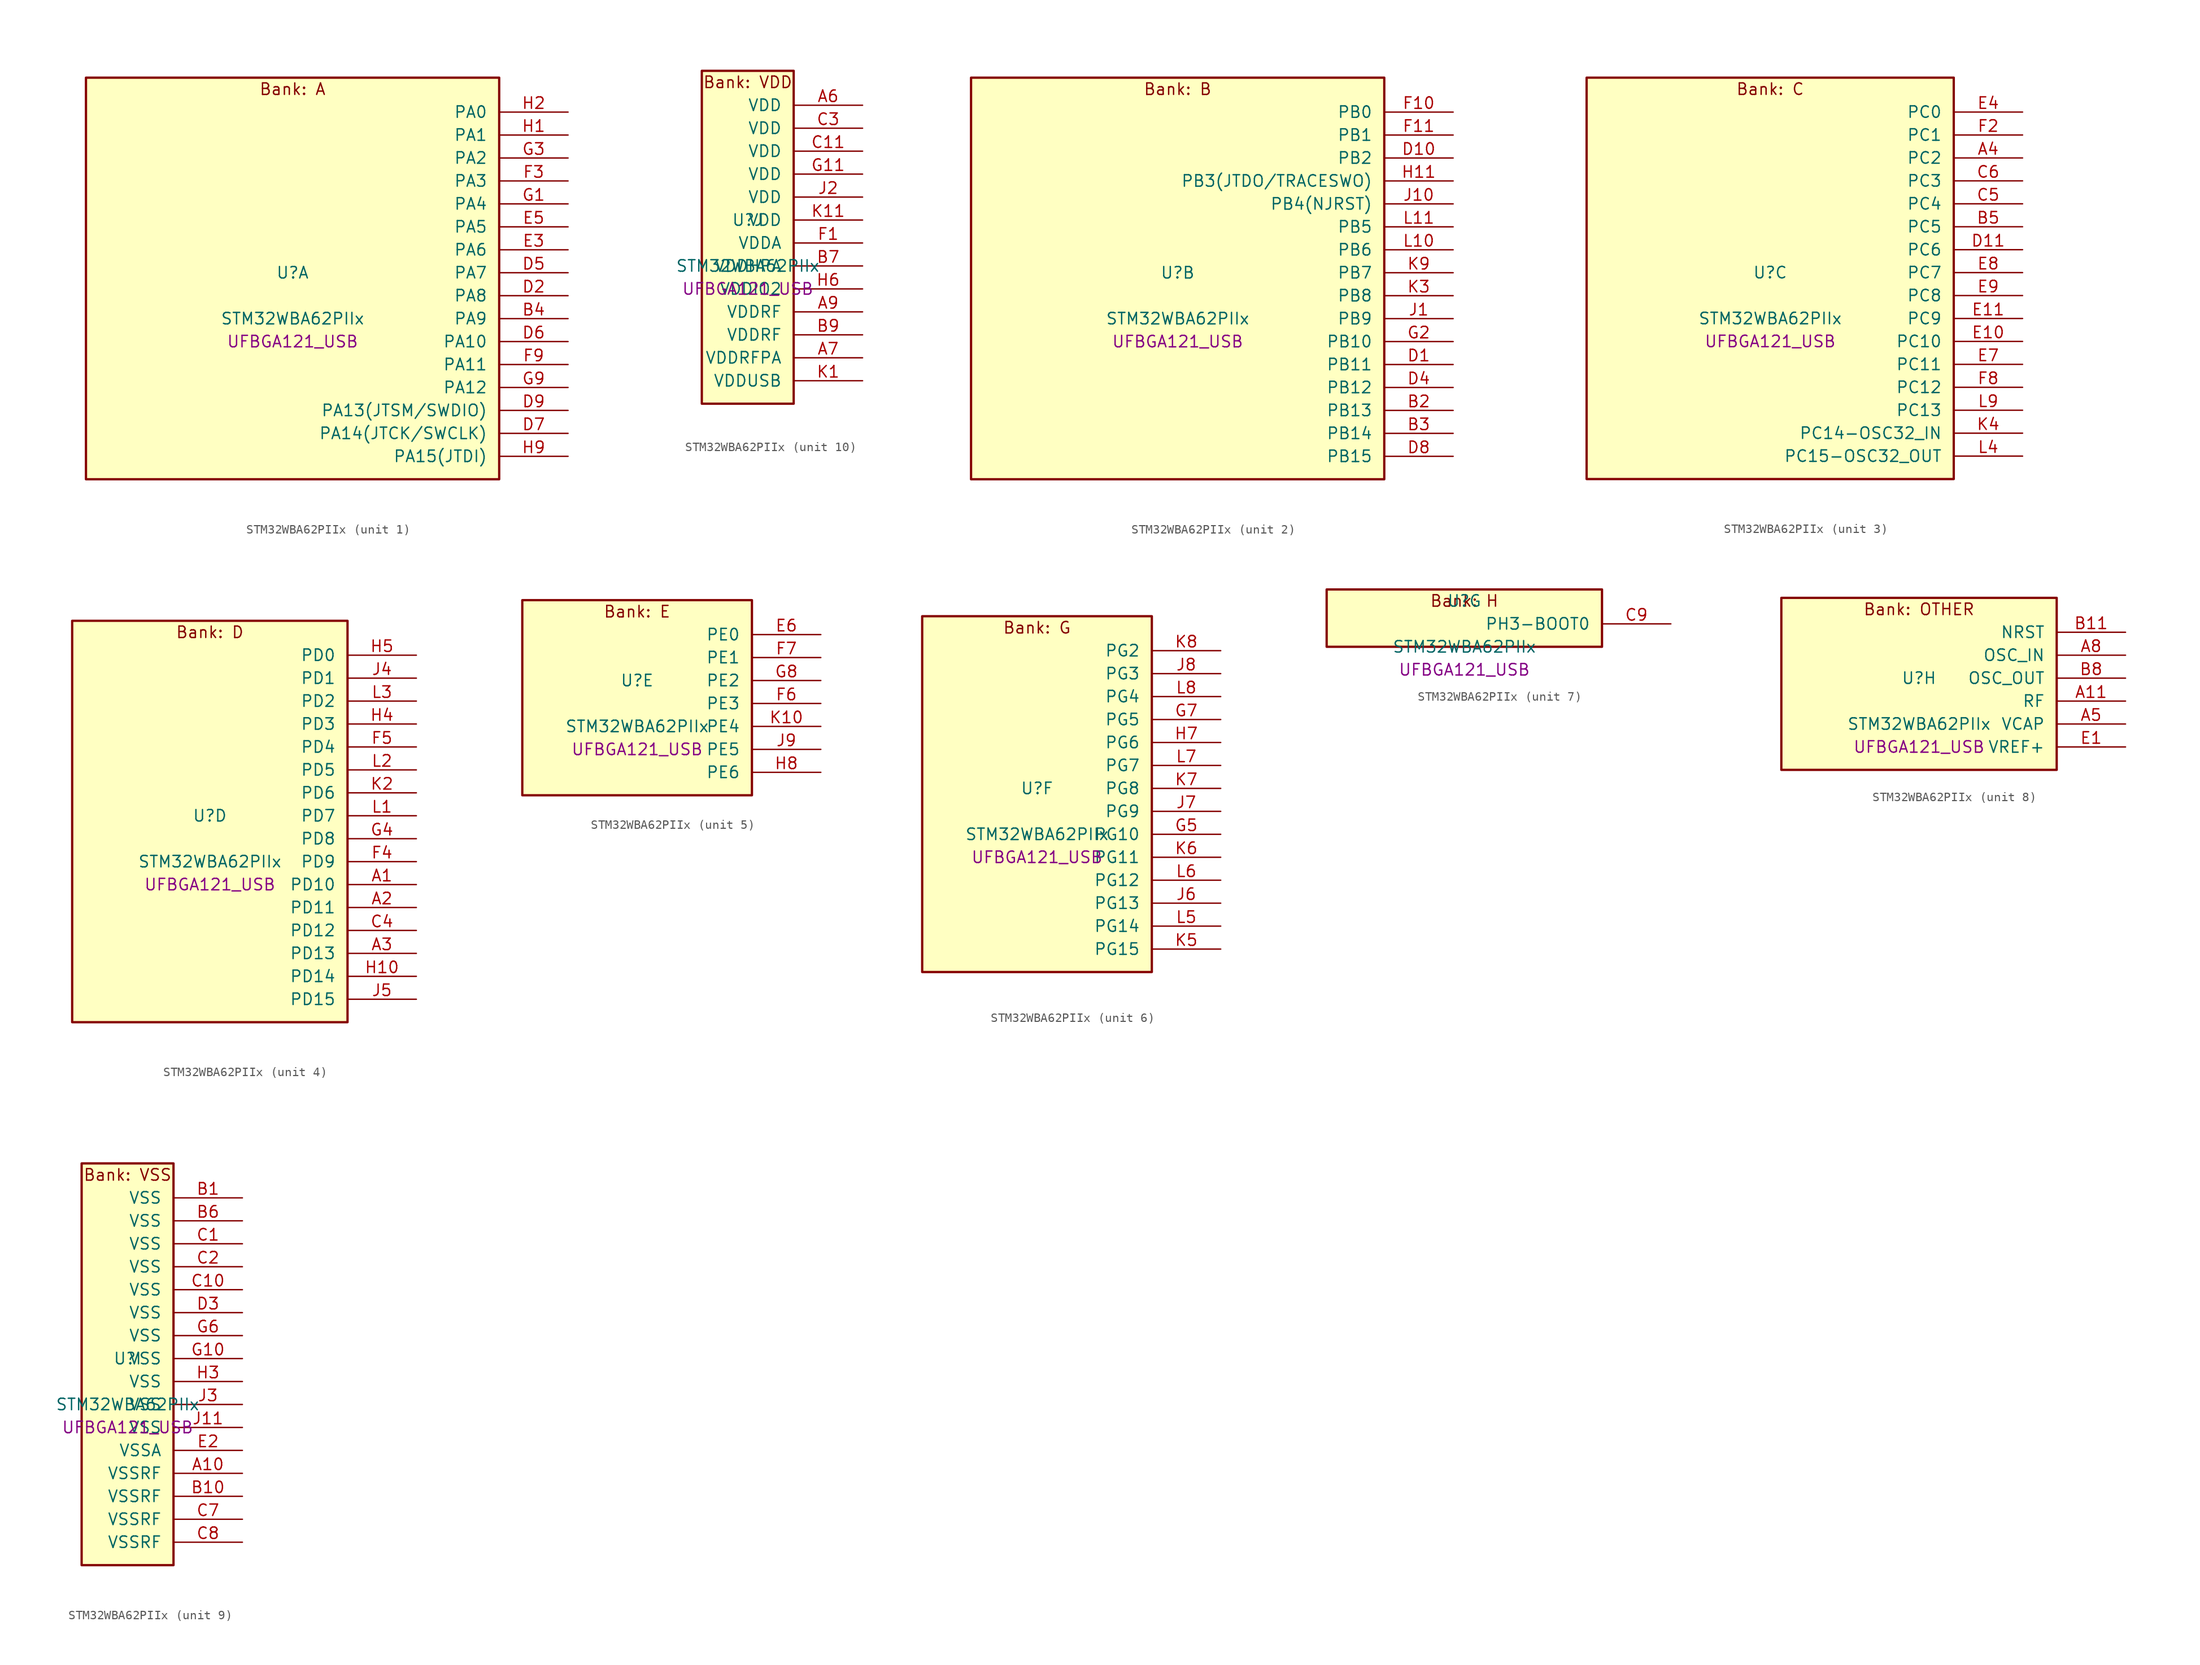
<source format=kicad_sym>
(kicad_symbol_lib
  (version 20241209)
  (generator "stm32_pkl_generator")
  (generator_version "1.0")
  (symbol "STM32WBA62PIIx"
    (pin_names
      (offset 1.27))
    (property "Reference" "U"
      (at 0 2.54 0))
    (property "Value" "STM32WBA62PIIx"
      (at 0 -2.54 0))
    (property "Footprint" "UFBGA121_USB"
      (at 0 -5.08 0))
    (symbol "STM32WBA62PIIx_1_1"
      (rectangle (start -22.86 24.13) (end 22.86 -20.32) (stroke (width 0.254) (type solid)) (fill (type background)))
      (text "Bank: A" (at 0 22.86 0))
      (pin bidirectional line (at 30.48 20.32 180) (length 7.62) (name "PA0") (number "H2") (alternate "PA0/ADC4_IN9" bidirectional line) (alternate "PA0/COMP2_INP" bidirectional line) (alternate "PA0/LPTIM1_IN1" bidirectional line) (alternate "PA0/LPUART1_CTS" bidirectional line) (alternate "PA0/PWR_WKUP1" bidirectional line) (alternate "PA0/SPI3_SCK" bidirectional line) (alternate "PA0/TIM1_CH2N" bidirectional line) (alternate "PA0/TIM3_CH3" bidirectional line) (alternate "PA0/TIM3_ETR" bidirectional line) (alternate "PA0/TSC_G2_IO2" bidirectional line))
      (pin bidirectional line (at 30.48 17.78 180) (length 7.62) (name "PA1") (number "H1") (alternate "PA1/ADC4_IN8" bidirectional line) (alternate "PA1/COMP1_INM" bidirectional line) (alternate "PA1/LPTIM2_CH2" bidirectional line) (alternate "PA1/LPUART1_RX" bidirectional line) (alternate "PA1/PWR_WKUP3" bidirectional line) (alternate "PA1/SAI1_CK1" bidirectional line) (alternate "PA1/SPI1_RDY" bidirectional line) (alternate "PA1/SPI3_MISO" bidirectional line) (alternate "PA1/TIM17_CH1" bidirectional line) (alternate "PA1/TIM1_CH1N" bidirectional line) (alternate "PA1/TIM3_CH2" bidirectional line) (alternate "PA1/TSC_G2_IO1" bidirectional line) (alternate "PA1/USART1_CK" bidirectional line))
      (pin bidirectional line (at 30.48 15.24 180) (length 7.62) (name "PA2") (number "G3") (alternate "PA2/ADC4_IN7" bidirectional line) (alternate "PA2/COMP1_INP" bidirectional line) (alternate "PA2/LPUART1_TX" bidirectional line) (alternate "PA2/PWR_WKUP4" bidirectional line) (alternate "PA2/RCC_LSCO" bidirectional line) (alternate "PA2/SAI1_D1" bidirectional line) (alternate "PA2/TIM16_CH1" bidirectional line) (alternate "PA2/TIM1_BKIN" bidirectional line) (alternate "PA2/TIM3_CH1" bidirectional line) (alternate "PA2/TSC_G4_IO4" bidirectional line) (alternate "PA2/USART1_DE" bidirectional line) (alternate "PA2/USART1_RTS" bidirectional line))
      (pin bidirectional line (at 30.48 12.7 180) (length 7.62) (name "PA3") (number "F3") (alternate "PA3/ADC4_IN6" bidirectional line) (alternate "PA3/PWR_WKUP5" bidirectional line) (alternate "PA3/TIM16_CH1N" bidirectional line) (alternate "PA3/TSC_G4_IO2" bidirectional line) (alternate "PA3/USART1_DE" bidirectional line) (alternate "PA3/USART1_RTS" bidirectional line))
      (pin bidirectional line (at 30.48 10.16 180) (length 7.62) (name "PA4") (number "G1") (alternate "PA4/ADC4_IN5" bidirectional line) (alternate "PA4/AUDIOCLK" bidirectional line) (alternate "PA4/PWR_WKUP2" bidirectional line) (alternate "PA4/TAMP_IN6" bidirectional line) (alternate "PA4/TAMP_OUT3" bidirectional line) (alternate "PA4/TIM16_CH1" bidirectional line) (alternate "PA4/TSC_G4_IO1" bidirectional line) (alternate "PA4/USART1_CTS" bidirectional line))
      (pin bidirectional line (at 30.48 7.62 180) (length 7.62) (name "PA5") (number "E5") (alternate "PA5/ADC4_IN4" bidirectional line) (alternate "PA5/AUDIOCLK" bidirectional line) (alternate "PA5/LPTIM2_ETR" bidirectional line) (alternate "PA5/PWR_CSLEEP" bidirectional line) (alternate "PA5/PWR_WKUP6" bidirectional line) (alternate "PA5/SAI1_D2" bidirectional line) (alternate "PA5/SPI3_NSS" bidirectional line) (alternate "PA5/TIM2_CH1" bidirectional line) (alternate "PA5/TIM2_ETR" bidirectional line) (alternate "PA5/TSC_G1_IO4" bidirectional line) (alternate "PA5/USART1_CK" bidirectional line) (alternate "PA5/USART3_RX" bidirectional line))
      (pin bidirectional line (at 30.48 5.08 180) (length 7.62) (name "PA6") (number "E3") (alternate "PA6/ADC4_IN3" bidirectional line) (alternate "PA6/I2C3_SCL" bidirectional line) (alternate "PA6/PWR_CSTOP" bidirectional line) (alternate "PA6/PWR_WKUP7" bidirectional line) (alternate "PA6/SAI1_CK2" bidirectional line) (alternate "PA6/SAI1_MCLK_A" bidirectional line) (alternate "PA6/SPI3_RDY" bidirectional line) (alternate "PA6/TIM2_CH4" bidirectional line) (alternate "PA6/TSC_G1_IO3" bidirectional line) (alternate "PA6/USART1_DE" bidirectional line) (alternate "PA6/USART1_RTS" bidirectional line) (alternate "PA6/USART3_CTS" bidirectional line))
      (pin bidirectional line (at 30.48 2.54 180) (length 7.62) (name "PA7") (number "D5") (alternate "PA7/ADC4_IN2" bidirectional line) (alternate "PA7/COMP1_OUT" bidirectional line) (alternate "PA7/I2C3_SDA" bidirectional line) (alternate "PA7/PWR_WKUP8" bidirectional line) (alternate "PA7/SAI1_SCK_A" bidirectional line) (alternate "PA7/SPI3_SCK" bidirectional line) (alternate "PA7/TAMP_IN1" bidirectional line) (alternate "PA7/TAMP_OUT2" bidirectional line) (alternate "PA7/TIM2_CH3" bidirectional line) (alternate "PA7/TSC_G1_IO2" bidirectional line) (alternate "PA7/USART1_CTS" bidirectional line) (alternate "PA7/USART3_TX" bidirectional line))
      (pin bidirectional line (at 30.48 0 180) (length 7.62) (name "PA8") (number "D2") (alternate "PA8/ADC4_IN1" bidirectional line) (alternate "PA8/LPTIM1_CH2" bidirectional line) (alternate "PA8/RCC_MCO" bidirectional line) (alternate "PA8/SAI1_FS_A" bidirectional line) (alternate "PA8/SPI3_RDY" bidirectional line) (alternate "PA8/TIM2_CH2" bidirectional line) (alternate "PA8/TSC_G1_IO1" bidirectional line) (alternate "PA8/USART1_RX" bidirectional line) (alternate "PA8/USB_OTG_HS_SOF" bidirectional line))
      (pin bidirectional line (at 30.48 -2.54 180) (length 7.62) (name "PA9") (number "B4") (alternate "PA9/LPUART1_DE" bidirectional line) (alternate "PA9/LPUART1_RTS" bidirectional line) (alternate "PA9/SAI1_CK1" bidirectional line) (alternate "PA9/SPI2_MISO" bidirectional line) (alternate "PA9/SPI2_SCK" bidirectional line) (alternate "PA9/TIM3_CH2" bidirectional line))
      (pin bidirectional line (at 30.48 -5.08 180) (length 7.62) (name "PA10") (number "D6") (alternate "PA10/LPUART1_RX" bidirectional line) (alternate "PA10/SAI1_D1" bidirectional line) (alternate "PA10/SPI2_NSS" bidirectional line) (alternate "PA10/TIM3_CH1" bidirectional line))
      (pin bidirectional line (at 30.48 -7.62 180) (length 7.62) (name "PA11") (number "F9") (alternate "PA11/LPTIM2_CH1" bidirectional line) (alternate "PA11/RF_ANTSW1" bidirectional line) (alternate "PA11/TIM1_CH1" bidirectional line) (alternate "PA11/USART2_RX" bidirectional line))
      (pin bidirectional line (at 30.48 -10.16 180) (length 7.62) (name "PA12") (number "G9") (alternate "PA12/COMP2_OUT" bidirectional line) (alternate "PA12/PTA_STATUS" bidirectional line) (alternate "PA12/PWR_WKUP6" bidirectional line) (alternate "PA12/RF_ANTSW0" bidirectional line) (alternate "PA12/SPI1_NSS" bidirectional line) (alternate "PA12/TIM1_CH2" bidirectional line) (alternate "PA12/TSC_G3_IO4" bidirectional line) (alternate "PA12/USART2_TX" bidirectional line))
      (pin bidirectional line (at 30.48 -12.7 180) (length 7.62) (name "PA13(JTSM/SWDIO)") (number "D9") (alternate "PA13(JTSM/SWDIO)/DEBUG_JTMS-SWDIO" bidirectional line) (alternate "PA13(JTSM/SWDIO)/IR_OUT" bidirectional line) (alternate "PA13(JTSM/SWDIO)/PTA_PRIORITY" bidirectional line))
      (pin bidirectional line (at 30.48 -15.24 180) (length 7.62) (name "PA14(JTCK/SWCLK)") (number "D7") (alternate "PA14(JTCK/SWCLK)/COMP2_OUT" bidirectional line) (alternate "PA14(JTCK/SWCLK)/DEBUG_JTCK-SWCLK" bidirectional line) (alternate "PA14(JTCK/SWCLK)/I2C4_SMBA" bidirectional line) (alternate "PA14(JTCK/SWCLK)/PTA_STATUS" bidirectional line) (alternate "PA14(JTCK/SWCLK)/TAMP_IN3" bidirectional line) (alternate "PA14(JTCK/SWCLK)/TAMP_OUT6" bidirectional line) (alternate "PA14(JTCK/SWCLK)/USART2_TX" bidirectional line) (alternate "PA14(JTCK/SWCLK)/USB_OTG_HS_SOF" bidirectional line))
      (pin bidirectional line (at 30.48 -17.78 180) (length 7.62) (name "PA15(JTDI)") (number "H9") (alternate "PA15(JTDI)/ADC4_EXTI15" bidirectional line) (alternate "PA15(JTDI)/DEBUG_JTDI" bidirectional line) (alternate "PA15(JTDI)/I2C1_SCL" bidirectional line) (alternate "PA15(JTDI)/LPTIM1_CH2" bidirectional line) (alternate "PA15(JTDI)/PTA_STATUS" bidirectional line) (alternate "PA15(JTDI)/SPI1_MOSI" bidirectional line) (alternate "PA15(JTDI)/TIM17_BKIN" bidirectional line) (alternate "PA15(JTDI)/TIM1_ETR" bidirectional line) (alternate "PA15(JTDI)/TSC_G3_IO3" bidirectional line) (alternate "PA15(JTDI)/USART2_DE" bidirectional line) (alternate "PA15(JTDI)/USART2_RTS" bidirectional line) (alternate "PA15(JTDI)/USART3_DE" bidirectional line) (alternate "PA15(JTDI)/USART3_RTS" bidirectional line)))
    (symbol "STM32WBA62PIIx_2_1"
      (rectangle (start -22.86 24.13) (end 22.86 -20.32) (stroke (width 0.254) (type solid)) (fill (type background)))
      (text "Bank: B" (at 0 22.86 0))
      (pin bidirectional line (at 30.48 20.32 180) (length 7.62) (name "PB0") (number "F10") (alternate "PB0/LPTIM2_IN2" bidirectional line) (alternate "PB0/SPI2_MOSI" bidirectional line) (alternate "PB0/TIM1_CH3N" bidirectional line) (alternate "PB0/USART2_TX" bidirectional line) (alternate "PB0/USART3_CK" bidirectional line))
      (pin bidirectional line (at 30.48 17.78 180) (length 7.62) (name "PB1") (number "F11") (alternate "PB1/I2C1_SDA" bidirectional line) (alternate "PB1/I2C3_SDA" bidirectional line) (alternate "PB1/PWR_WKUP4" bidirectional line) (alternate "PB1/TIM1_CH2N" bidirectional line) (alternate "PB1/USART2_DE" bidirectional line) (alternate "PB1/USART2_RTS" bidirectional line) (alternate "PB1/USART3_DE" bidirectional line) (alternate "PB1/USART3_RTS" bidirectional line))
      (pin bidirectional line (at 30.48 15.24 180) (length 7.62) (name "PB2") (number "D10") (alternate "PB2/I2C1_SCL" bidirectional line) (alternate "PB2/I2C3_SCL" bidirectional line) (alternate "PB2/PWR_WKUP1" bidirectional line) (alternate "PB2/RF_ANTSW2" bidirectional line) (alternate "PB2/RTC_OUT2" bidirectional line) (alternate "PB2/TIM1_CH1N" bidirectional line) (alternate "PB2/USART2_CTS" bidirectional line))
      (pin bidirectional line (at 30.48 12.7 180) (length 7.62) (name "PB3(JTDO/TRACESWO)") (number "H11") (alternate "PB3(JTDO/TRACESWO)/DEBUG_JTDO-SWO" bidirectional line) (alternate "PB3(JTDO/TRACESWO)/I2C1_SDA" bidirectional line) (alternate "PB3(JTDO/TRACESWO)/LPTIM1_IN2" bidirectional line) (alternate "PB3(JTDO/TRACESWO)/PTA_ACTIVE" bidirectional line) (alternate "PB3(JTDO/TRACESWO)/SPI1_MISO" bidirectional line) (alternate "PB3(JTDO/TRACESWO)/TIM17_CH1N" bidirectional line) (alternate "PB3(JTDO/TRACESWO)/TIM1_CH4" bidirectional line) (alternate "PB3(JTDO/TRACESWO)/TSC_G3_IO2" bidirectional line) (alternate "PB3(JTDO/TRACESWO)/USART2_CK" bidirectional line))
      (pin bidirectional line (at 30.48 10.16 180) (length 7.62) (name "PB4(NJRST)") (number "J10") (alternate "PB4(NJRST)/DEBUG_NJTRST" bidirectional line) (alternate "PB4(NJRST)/LPTIM2_IN2" bidirectional line) (alternate "PB4(NJRST)/PTA_ACTIVE" bidirectional line) (alternate "PB4(NJRST)/PTA_PRIORITY" bidirectional line) (alternate "PB4(NJRST)/SAI1_MCLK_B" bidirectional line) (alternate "PB4(NJRST)/SPI1_SCK" bidirectional line) (alternate "PB4(NJRST)/TIM17_CH1" bidirectional line) (alternate "PB4(NJRST)/TIM1_CH3" bidirectional line) (alternate "PB4(NJRST)/TSC_G3_IO1" bidirectional line) (alternate "PB4(NJRST)/USART2_RX" bidirectional line))
      (pin bidirectional line (at 30.48 7.62 180) (length 7.62) (name "PB5") (number "L11") (alternate "PB5/LPUART1_TX" bidirectional line) (alternate "PB5/SAI1_D2" bidirectional line) (alternate "PB5/SAI1_FS_B" bidirectional line) (alternate "PB5/TIM3_CH1" bidirectional line) (alternate "PB5/TSC_G5_IO4" bidirectional line))
      (pin bidirectional line (at 30.48 5.08 180) (length 7.62) (name "PB6") (number "L10") (alternate "PB6/PWR_WKUP3" bidirectional line) (alternate "PB6/SAI1_SCK_B" bidirectional line) (alternate "PB6/TIM2_CH1" bidirectional line) (alternate "PB6/TIM2_ETR" bidirectional line) (alternate "PB6/TIM4_CH1" bidirectional line) (alternate "PB6/TSC_G5_IO3" bidirectional line))
      (pin bidirectional line (at 30.48 2.54 180) (length 7.62) (name "PB7") (number "K9") (alternate "PB7/PWR_WKUP5" bidirectional line) (alternate "PB7/SAI1_SD_B" bidirectional line) (alternate "PB7/TAMP_IN5" bidirectional line) (alternate "PB7/TAMP_OUT4" bidirectional line) (alternate "PB7/TIM1_CH4N" bidirectional line) (alternate "PB7/TIM4_CH2" bidirectional line) (alternate "PB7/TSC_G5_IO2" bidirectional line))
      (pin bidirectional line (at 30.48 0 180) (length 7.62) (name "PB8") (number "K3") (alternate "PB8/COMP1_OUT" bidirectional line) (alternate "PB8/LPTIM1_ETR" bidirectional line) (alternate "PB8/PWR_PVD_IN" bidirectional line) (alternate "PB8/SPI3_MOSI" bidirectional line) (alternate "PB8/TIM16_CH1N" bidirectional line) (alternate "PB8/TIM1_CH1" bidirectional line) (alternate "PB8/TIM3_ETR" bidirectional line) (alternate "PB8/TIM4_CH3" bidirectional line) (alternate "PB8/TSC_G2_IO4" bidirectional line) (alternate "PB8/USART2_RX" bidirectional line))
      (pin bidirectional line (at 30.48 -2.54 180) (length 7.62) (name "PB9") (number "J1") (alternate "PB9/ADC4_IN10" bidirectional line) (alternate "PB9/COMP2_INM" bidirectional line) (alternate "PB9/IR_OUT" bidirectional line) (alternate "PB9/LPTIM2_IN1" bidirectional line) (alternate "PB9/LPUART1_DE" bidirectional line) (alternate "PB9/LPUART1_RTS" bidirectional line) (alternate "PB9/PWR_WKUP8" bidirectional line) (alternate "PB9/SPI2_NSS" bidirectional line) (alternate "PB9/SPI3_MISO" bidirectional line) (alternate "PB9/TIM16_CH1" bidirectional line) (alternate "PB9/TIM1_CH3N" bidirectional line) (alternate "PB9/TIM3_CH4" bidirectional line) (alternate "PB9/TIM4_CH4" bidirectional line) (alternate "PB9/TSC_G2_IO3" bidirectional line))
      (pin bidirectional line (at 30.48 -5.08 180) (length 7.62) (name "PB10") (number "G2") (alternate "PB10/I2C2_SCL" bidirectional line) (alternate "PB10/I2C4_SCL" bidirectional line) (alternate "PB10/SPI2_SCK" bidirectional line) (alternate "PB10/TIM16_BKIN" bidirectional line) (alternate "PB10/TSC_G4_IO3" bidirectional line) (alternate "PB10/USART1_CK" bidirectional line) (alternate "PB10/USART3_TX" bidirectional line))
      (pin bidirectional line (at 30.48 -7.62 180) (length 7.62) (name "PB11") (number "D1") (alternate "PB11/I2C2_SDA" bidirectional line) (alternate "PB11/I2C4_SDA" bidirectional line) (alternate "PB11/LPTIM1_CH1" bidirectional line) (alternate "PB11/LPTIM1_ETR" bidirectional line) (alternate "PB11/LPUART1_TX" bidirectional line) (alternate "PB11/SPI2_RDY" bidirectional line) (alternate "PB11/USART3_RX" bidirectional line))
      (pin bidirectional line (at 30.48 -10.16 180) (length 7.62) (name "PB12") (number "D4") (alternate "PB12/I2C2_SMBA" bidirectional line) (alternate "PB12/SAI1_SD_A" bidirectional line) (alternate "PB12/SPI1_RDY" bidirectional line) (alternate "PB12/SPI2_NSS" bidirectional line) (alternate "PB12/TIM2_CH1" bidirectional line) (alternate "PB12/TIM2_ETR" bidirectional line) (alternate "PB12/TIM3_ETR" bidirectional line) (alternate "PB12/TSC_SYNC" bidirectional line) (alternate "PB12/USART1_TX" bidirectional line) (alternate "PB12/USART3_CK" bidirectional line))
      (pin bidirectional line (at 30.48 -12.7 180) (length 7.62) (name "PB13") (number "B2") (alternate "PB13/I2C2_SCL" bidirectional line) (alternate "PB13/SPI2_SCK" bidirectional line) (alternate "PB13/TIM3_CH4" bidirectional line) (alternate "PB13/TSC_G6_IO2" bidirectional line) (alternate "PB13/USART3_CTS" bidirectional line))
      (pin bidirectional line (at 30.48 -15.24 180) (length 7.62) (name "PB14") (number "B3") (alternate "PB14/I2C2_SDA" bidirectional line) (alternate "PB14/PWR_WKUP7" bidirectional line) (alternate "PB14/RTC_REFIN" bidirectional line) (alternate "PB14/SAI1_SD_A" bidirectional line) (alternate "PB14/SPI2_MISO" bidirectional line) (alternate "PB14/TIM3_CH3" bidirectional line) (alternate "PB14/TSC_G6_IO1" bidirectional line) (alternate "PB14/USART1_TX" bidirectional line) (alternate "PB14/USART3_DE" bidirectional line) (alternate "PB14/USART3_RTS" bidirectional line))
      (pin bidirectional line (at 30.48 -17.78 180) (length 7.62) (name "PB15") (number "D8") (alternate "PB15/ADC4_EXTI15" bidirectional line) (alternate "PB15/I2C1_SMBA" bidirectional line) (alternate "PB15/I2C3_SMBA" bidirectional line) (alternate "PB15/LPUART1_CTS" bidirectional line) (alternate "PB15/PTA_GRANT" bidirectional line) (alternate "PB15/RF_EXTPABYP" bidirectional line) (alternate "PB15/TIM16_BKIN" bidirectional line) (alternate "PB15/TIM1_BKIN2" bidirectional line) (alternate "PB15/USART2_CTS" bidirectional line)))
    (symbol "STM32WBA62PIIx_3_1"
      (rectangle (start -20.32 24.13) (end 20.32 -20.32) (stroke (width 0.254) (type solid)) (fill (type background)))
      (text "Bank: C" (at 0 22.86 0))
      (pin bidirectional line (at 27.94 20.32 180) (length 7.62) (name "PC0") (number "E4") (alternate "PC0/I2C3_SCL" bidirectional line) (alternate "PC0/LPTIM1_IN1" bidirectional line) (alternate "PC0/LPTIM2_IN1" bidirectional line) (alternate "PC0/LPUART1_RX" bidirectional line) (alternate "PC0/SPI2_RDY" bidirectional line))
      (pin bidirectional line (at 27.94 17.78 180) (length 7.62) (name "PC1") (number "F2") (alternate "PC1/I2C3_SDA" bidirectional line) (alternate "PC1/LPTIM1_CH1" bidirectional line) (alternate "PC1/LPUART1_TX" bidirectional line) (alternate "PC1/SAI1_SD_A" bidirectional line) (alternate "PC1/SPI2_MOSI" bidirectional line))
      (pin bidirectional line (at 27.94 15.24 180) (length 7.62) (name "PC2") (number "A4") (alternate "PC2/LPTIM1_IN2" bidirectional line) (alternate "PC2/SPI2_MISO" bidirectional line))
      (pin bidirectional line (at 27.94 12.7 180) (length 7.62) (name "PC3") (number "C6") (alternate "PC3/LPTIM1_ETR" bidirectional line) (alternate "PC3/LPTIM2_ETR" bidirectional line) (alternate "PC3/SAI1_D1" bidirectional line) (alternate "PC3/SAI1_SD_A" bidirectional line) (alternate "PC3/SPI2_MOSI" bidirectional line) (alternate "PC3/SPI3_MOSI" bidirectional line) (alternate "PC3/TIM3_CH1" bidirectional line))
      (pin bidirectional line (at 27.94 10.16 180) (length 7.62) (name "PC4") (number "C5") (alternate "PC4/LPTIM2_CH2" bidirectional line) (alternate "PC4/SAI1_D2" bidirectional line) (alternate "PC4/SAI1_FS_A" bidirectional line) (alternate "PC4/SPI3_MISO" bidirectional line) (alternate "PC4/TIM3_CH2" bidirectional line) (alternate "PC4/USART3_TX" bidirectional line))
      (pin bidirectional line (at 27.94 7.62 180) (length 7.62) (name "PC5") (number "B5") (alternate "PC5/SAI1_D3" bidirectional line) (alternate "PC5/SAI1_SD_B" bidirectional line) (alternate "PC5/TIM1_CH4N" bidirectional line) (alternate "PC5/USART3_RX" bidirectional line))
      (pin bidirectional line (at 27.94 5.08 180) (length 7.62) (name "PC6") (number "D11") (alternate "PC6/PWR_CSLEEP" bidirectional line) (alternate "PC6/TIM3_CH1" bidirectional line))
      (pin bidirectional line (at 27.94 2.54 180) (length 7.62) (name "PC7") (number "E8") (alternate "PC7/LPTIM2_CH2" bidirectional line) (alternate "PC7/PWR_CSTOP" bidirectional line) (alternate "PC7/TIM3_CH2" bidirectional line) (alternate "PC7/USART2_DE" bidirectional line) (alternate "PC7/USART2_RTS" bidirectional line))
      (pin bidirectional line (at 27.94 0 180) (length 7.62) (name "PC8") (number "E9") (alternate "PC8/TIM3_CH3" bidirectional line) (alternate "PC8/USART2_RX" bidirectional line))
      (pin bidirectional line (at 27.94 -2.54 180) (length 7.62) (name "PC9") (number "E11") (alternate "PC9/TIM3_CH4" bidirectional line) (alternate "PC9/USART2_TX" bidirectional line))
      (pin bidirectional line (at 27.94 -5.08 180) (length 7.62) (name "PC10") (number "E10") (alternate "PC10/SPI3_SCK" bidirectional line) (alternate "PC10/USART3_TX" bidirectional line))
      (pin bidirectional line (at 27.94 -7.62 180) (length 7.62) (name "PC11") (number "E7") (alternate "PC11/SPI3_MISO" bidirectional line) (alternate "PC11/USART3_RX" bidirectional line))
      (pin bidirectional line (at 27.94 -10.16 180) (length 7.62) (name "PC12") (number "F8") (alternate "PC12/SPI3_MOSI" bidirectional line) (alternate "PC12/USART3_CK" bidirectional line))
      (pin bidirectional line (at 27.94 -12.7 180) (length 7.62) (name "PC13") (number "L9") (alternate "PC13/PWR_WKUP2" bidirectional line) (alternate "PC13/RTC_OUT1" bidirectional line) (alternate "PC13/RTC_TS" bidirectional line) (alternate "PC13/TAMP_IN4" bidirectional line) (alternate "PC13/TAMP_OUT5" bidirectional line) (alternate "PC13/TIM1_BKIN2" bidirectional line) (alternate "PC13/TSC_G5_IO1" bidirectional line))
      (pin bidirectional line (at 27.94 -15.24 180) (length 7.62) (name "PC14-OSC32_IN") (number "K4") (alternate "PC14-OSC32_IN/RCC_OSC32_IN" bidirectional line))
      (pin bidirectional line (at 27.94 -17.78 180) (length 7.62) (name "PC15-OSC32_OUT") (number "L4") (alternate "PC15-OSC32_OUT/ADC4_EXTI15" bidirectional line) (alternate "PC15-OSC32_OUT/RCC_OSC32_OUT" bidirectional line)))
    (symbol "STM32WBA62PIIx_4_1"
      (rectangle (start -15.24 24.13) (end 15.24 -20.32) (stroke (width 0.254) (type solid)) (fill (type background)))
      (text "Bank: D" (at 0 22.86 0))
      (pin bidirectional line (at 22.86 20.32 180) (length 7.62) (name "PD0") (number "H5") (alternate "PD0/SPI2_NSS" bidirectional line) (alternate "PD0/TSC_G8_IO3" bidirectional line))
      (pin bidirectional line (at 22.86 17.78 180) (length 7.62) (name "PD1") (number "J4") (alternate "PD1/SPI2_SCK" bidirectional line) (alternate "PD1/TSC_G8_IO2" bidirectional line))
      (pin bidirectional line (at 22.86 15.24 180) (length 7.62) (name "PD2") (number "L3") (alternate "PD2/TIM3_ETR" bidirectional line) (alternate "PD2/TSC_SYNC" bidirectional line) (alternate "PD2/USART3_DE" bidirectional line) (alternate "PD2/USART3_RTS" bidirectional line))
      (pin bidirectional line (at 22.86 12.7 180) (length 7.62) (name "PD3") (number "H4") (alternate "PD3/SPI2_MISO" bidirectional line) (alternate "PD3/SPI2_SCK" bidirectional line) (alternate "PD3/TSC_G8_IO1" bidirectional line) (alternate "PD3/USART2_CTS" bidirectional line))
      (pin bidirectional line (at 22.86 10.16 180) (length 7.62) (name "PD4") (number "F5") (alternate "PD4/LPTIM2_IN2" bidirectional line) (alternate "PD4/USART3_RX" bidirectional line))
      (pin bidirectional line (at 22.86 7.62 180) (length 7.62) (name "PD5") (number "L2") (alternate "PD5/SAI1_D1" bidirectional line) (alternate "PD5/SAI1_SD_A" bidirectional line) (alternate "PD5/SPI3_MOSI" bidirectional line) (alternate "PD5/USART2_RX" bidirectional line))
      (pin bidirectional line (at 22.86 5.08 180) (length 7.62) (name "PD6") (number "K2") (alternate "PD6/USB_OTG_HS_DP" bidirectional line))
      (pin bidirectional line (at 22.86 2.54 180) (length 7.62) (name "PD7") (number "L1") (alternate "PD7/USB_OTG_HS_DM" bidirectional line))
      (pin bidirectional line (at 22.86 0 180) (length 7.62) (name "PD8") (number "G4") (alternate "PD8/USART2_CK" bidirectional line) (alternate "PD8/USB_OTG_HS_ID" bidirectional line))
      (pin bidirectional line (at 22.86 -2.54 180) (length 7.62) (name "PD9") (number "F4") (alternate "PD9/USART2_TX" bidirectional line) (alternate "PD9/USART3_TX" bidirectional line) (alternate "PD9/USB_OTG_HS_VBUS" bidirectional line))
      (pin bidirectional line (at 22.86 -5.08 180) (length 7.62) (name "PD10") (number "A1") (alternate "PD10/LPTIM2_CH2" bidirectional line) (alternate "PD10/USART3_CK" bidirectional line))
      (pin bidirectional line (at 22.86 -7.62 180) (length 7.62) (name "PD11") (number "A2") (alternate "PD11/I2C4_SMBA" bidirectional line) (alternate "PD11/LPTIM2_ETR" bidirectional line) (alternate "PD11/USART3_CTS" bidirectional line))
      (pin bidirectional line (at 22.86 -10.16 180) (length 7.62) (name "PD12") (number "C4") (alternate "PD12/I2C4_SCL" bidirectional line) (alternate "PD12/LPTIM2_IN1" bidirectional line) (alternate "PD12/TIM4_CH1" bidirectional line) (alternate "PD12/TSC_G6_IO3" bidirectional line) (alternate "PD12/USART3_DE" bidirectional line) (alternate "PD12/USART3_RTS" bidirectional line))
      (pin bidirectional line (at 22.86 -12.7 180) (length 7.62) (name "PD13") (number "A3") (alternate "PD13/I2C4_SDA" bidirectional line) (alternate "PD13/LPTIM2_CH1" bidirectional line) (alternate "PD13/TIM4_CH2" bidirectional line) (alternate "PD13/TSC_G6_IO4" bidirectional line))
      (pin bidirectional line (at 22.86 -15.24 180) (length 7.62) (name "PD14") (number "H10") (alternate "PD14/DEBUG_TRACED3" bidirectional line) (alternate "PD14/TIM4_CH3" bidirectional line))
      (pin bidirectional line (at 22.86 -17.78 180) (length 7.62) (name "PD15") (number "J5") (alternate "PD15/ADC4_EXTI15" bidirectional line) (alternate "PD15/TIM4_CH4" bidirectional line) (alternate "PD15/TSC_G8_IO4" bidirectional line)))
    (symbol "STM32WBA62PIIx_5_1"
      (rectangle (start -12.7 11.43) (end 12.7 -10.16) (stroke (width 0.254) (type solid)) (fill (type background)))
      (text "Bank: E" (at 0 10.16 0))
      (pin bidirectional line (at 20.32 7.62 180) (length 7.62) (name "PE0") (number "E6") (alternate "PE0/DEBUG_TRACECLK" bidirectional line) (alternate "PE0/TIM16_CH1" bidirectional line) (alternate "PE0/TIM4_ETR" bidirectional line) (alternate "PE0/TSC_G7_IO4" bidirectional line))
      (pin bidirectional line (at 20.32 5.08 180) (length 7.62) (name "PE1") (number "F7") (alternate "PE1/DEBUG_TRACED0" bidirectional line) (alternate "PE1/TIM17_CH1" bidirectional line) (alternate "PE1/TSC_G7_IO3" bidirectional line))
      (pin bidirectional line (at 20.32 2.54 180) (length 7.62) (name "PE2") (number "G8") (alternate "PE2/DEBUG_TRACED1" bidirectional line) (alternate "PE2/SAI1_CK1" bidirectional line) (alternate "PE2/SAI1_MCLK_A" bidirectional line) (alternate "PE2/TIM3_ETR" bidirectional line) (alternate "PE2/TSC_G7_IO2" bidirectional line))
      (pin bidirectional line (at 20.32 0 180) (length 7.62) (name "PE3") (number "F6") (alternate "PE3/DEBUG_TRACED2" bidirectional line) (alternate "PE3/SAI1_SD_B" bidirectional line) (alternate "PE3/TIM3_CH1" bidirectional line) (alternate "PE3/TSC_G7_IO1" bidirectional line))
      (pin bidirectional line (at 20.32 -2.54 180) (length 7.62) (name "PE4") (number "K10") (alternate "PE4/SAI1_D2" bidirectional line) (alternate "PE4/SAI1_FS_A" bidirectional line) (alternate "PE4/TIM3_CH2" bidirectional line))
      (pin bidirectional line (at 20.32 -5.08 180) (length 7.62) (name "PE5") (number "J9") (alternate "PE5/SAI1_CK2" bidirectional line) (alternate "PE5/SAI1_SCK_A" bidirectional line) (alternate "PE5/TIM3_CH3" bidirectional line))
      (pin bidirectional line (at 20.32 -7.62 180) (length 7.62) (name "PE6") (number "H8") (alternate "PE6/SAI1_D1" bidirectional line) (alternate "PE6/SAI1_SD_A" bidirectional line) (alternate "PE6/TIM3_CH4" bidirectional line)))
    (symbol "STM32WBA62PIIx_6_1"
      (rectangle (start -12.7 21.59) (end 12.7 -17.78) (stroke (width 0.254) (type solid)) (fill (type background)))
      (text "Bank: G" (at 0 20.32 0))
      (pin bidirectional line (at 20.32 17.78 180) (length 7.62) (name "PG2") (number "K8") (alternate "PG2/SAI1_SCK_B" bidirectional line) (alternate "PG2/SPI1_SCK" bidirectional line))
      (pin bidirectional line (at 20.32 15.24 180) (length 7.62) (name "PG3") (number "J8") (alternate "PG3/SAI1_FS_B" bidirectional line) (alternate "PG3/SPI1_MISO" bidirectional line))
      (pin bidirectional line (at 20.32 12.7 180) (length 7.62) (name "PG4") (number "L8") (alternate "PG4/SAI1_MCLK_B" bidirectional line) (alternate "PG4/SPI1_MOSI" bidirectional line))
      (pin bidirectional line (at 20.32 10.16 180) (length 7.62) (name "PG5") (number "G7") (alternate "PG5/LPUART1_CTS" bidirectional line) (alternate "PG5/SAI1_SD_B" bidirectional line) (alternate "PG5/SPI1_NSS" bidirectional line))
      (pin bidirectional line (at 20.32 7.62 180) (length 7.62) (name "PG6") (number "H7") (alternate "PG6/I2C3_SMBA" bidirectional line) (alternate "PG6/LPUART1_DE" bidirectional line) (alternate "PG6/LPUART1_RTS" bidirectional line) (alternate "PG6/SPI1_RDY" bidirectional line))
      (pin bidirectional line (at 20.32 5.08 180) (length 7.62) (name "PG7") (number "L7") (alternate "PG7/I2C3_SCL" bidirectional line) (alternate "PG7/LPUART1_TX" bidirectional line) (alternate "PG7/SAI1_CK1" bidirectional line) (alternate "PG7/SAI1_MCLK_A" bidirectional line))
      (pin bidirectional line (at 20.32 2.54 180) (length 7.62) (name "PG8") (number "K7") (alternate "PG8/I2C3_SDA" bidirectional line) (alternate "PG8/LPUART1_RX" bidirectional line))
      (pin bidirectional line (at 20.32 0 180) (length 7.62) (name "PG9") (number "J7") (alternate "PG9/SAI1_SCK_A" bidirectional line) (alternate "PG9/SPI3_SCK" bidirectional line) (alternate "PG9/USART1_TX" bidirectional line))
      (pin bidirectional line (at 20.32 -2.54 180) (length 7.62) (name "PG10") (number "G5") (alternate "PG10/LPTIM1_IN1" bidirectional line) (alternate "PG10/SAI1_FS_A" bidirectional line) (alternate "PG10/SPI3_MISO" bidirectional line) (alternate "PG10/USART1_RX" bidirectional line))
      (pin bidirectional line (at 20.32 -5.08 180) (length 7.62) (name "PG11") (number "K6") (alternate "PG11/LPTIM1_IN2" bidirectional line) (alternate "PG11/SAI1_MCLK_A" bidirectional line) (alternate "PG11/SPI3_MOSI" bidirectional line) (alternate "PG11/USART1_CTS" bidirectional line))
      (pin bidirectional line (at 20.32 -7.62 180) (length 7.62) (name "PG12") (number "L6") (alternate "PG12/LPTIM1_ETR" bidirectional line) (alternate "PG12/SAI1_SD_A" bidirectional line) (alternate "PG12/SPI3_NSS" bidirectional line) (alternate "PG12/USART1_DE" bidirectional line) (alternate "PG12/USART1_RTS" bidirectional line))
      (pin bidirectional line (at 20.32 -10.16 180) (length 7.62) (name "PG13") (number "J6") (alternate "PG13/I2C1_SDA" bidirectional line) (alternate "PG13/SPI3_RDY" bidirectional line) (alternate "PG13/USART1_CK" bidirectional line))
      (pin bidirectional line (at 20.32 -12.7 180) (length 7.62) (name "PG14") (number "L5") (alternate "PG14/I2C1_SCL" bidirectional line) (alternate "PG14/LPTIM1_CH2" bidirectional line))
      (pin bidirectional line (at 20.32 -15.24 180) (length 7.62) (name "PG15") (number "K5") (alternate "PG15/ADC4_EXTI15" bidirectional line) (alternate "PG15/I2C1_SMBA" bidirectional line) (alternate "PG15/LPTIM1_CH1" bidirectional line)))
    (symbol "STM32WBA62PIIx_7_1"
      (rectangle (start -15.24 3.81) (end 15.24 -2.54) (stroke (width 0.254) (type solid)) (fill (type background)))
      (text "Bank: H" (at 0 2.54 0))
      (pin bidirectional line (at 22.86 0 180) (length 7.62) (name "PH3-BOOT0") (number "C9") (alternate "PH3-BOOT0/PTA_GRANT" bidirectional line) (alternate "PH3-BOOT0/RF_EXTPABYP" bidirectional line) (alternate "PH3-BOOT0/TAMP_IN2" bidirectional line) (alternate "PH3-BOOT0/TAMP_OUT1" bidirectional line)))
    (symbol "STM32WBA62PIIx_8_1"
      (rectangle (start -15.24 11.43) (end 15.24 -7.62) (stroke (width 0.254) (type solid)) (fill (type background)))
      (text "Bank: OTHER" (at 0 10.16 0))
      (pin input line (at 22.86 7.62 180) (length 7.62) (name "NRST") (number "B11"))
      (pin bidirectional line (at 22.86 5.08 180) (length 7.62) (name "OSC_IN") (number "A8") (alternate "OSC_IN/RCC_OSC_IN" bidirectional line))
      (pin bidirectional line (at 22.86 2.54 180) (length 7.62) (name "OSC_OUT") (number "B8") (alternate "OSC_OUT/RCC_OSC_OUT" bidirectional line))
      (pin bidirectional line (at 22.86 0 180) (length 7.62) (name "RF") (number "A11"))
      (pin power_in line (at 22.86 -2.54 180) (length 7.62) (name "VCAP") (number "A5"))
      (pin bidirectional line (at 22.86 -5.08 180) (length 7.62) (name "VREF+") (number "E1")))
    (symbol "STM32WBA62PIIx_9_1"
      (rectangle (start -5.08 24.13) (end 5.08 -20.32) (stroke (width 0.254) (type solid)) (fill (type background)))
      (text "Bank: VSS" (at 0 22.86 0))
      (pin power_in line (at 12.7 20.32 180) (length 7.62) (name "VSS") (number "B1"))
      (pin power_in line (at 12.7 17.78 180) (length 7.62) (name "VSS") (number "B6"))
      (pin power_in line (at 12.7 15.24 180) (length 7.62) (name "VSS") (number "C1"))
      (pin power_in line (at 12.7 12.7 180) (length 7.62) (name "VSS") (number "C2"))
      (pin power_in line (at 12.7 10.16 180) (length 7.62) (name "VSS") (number "C10"))
      (pin power_in line (at 12.7 7.62 180) (length 7.62) (name "VSS") (number "D3"))
      (pin power_in line (at 12.7 5.08 180) (length 7.62) (name "VSS") (number "G6"))
      (pin power_in line (at 12.7 2.54 180) (length 7.62) (name "VSS") (number "G10"))
      (pin power_in line (at 12.7 0 180) (length 7.62) (name "VSS") (number "H3"))
      (pin power_in line (at 12.7 -2.54 180) (length 7.62) (name "VSS") (number "J3"))
      (pin power_in line (at 12.7 -5.08 180) (length 7.62) (name "VSS") (number "J11"))
      (pin power_in line (at 12.7 -7.62 180) (length 7.62) (name "VSSA") (number "E2"))
      (pin power_in line (at 12.7 -10.16 180) (length 7.62) (name "VSSRF") (number "A10"))
      (pin power_in line (at 12.7 -12.7 180) (length 7.62) (name "VSSRF") (number "B10"))
      (pin power_in line (at 12.7 -15.24 180) (length 7.62) (name "VSSRF") (number "C7"))
      (pin power_in line (at 12.7 -17.78 180) (length 7.62) (name "VSSRF") (number "C8")))
    (symbol "STM32WBA62PIIx_10_1"
      (rectangle (start -5.08 19.05) (end 5.08 -17.78) (stroke (width 0.254) (type solid)) (fill (type background)))
      (text "Bank: VDD" (at 0 17.78 0))
      (pin power_in line (at 12.7 15.24 180) (length 7.62) (name "VDD") (number "A6"))
      (pin power_in line (at 12.7 12.7 180) (length 7.62) (name "VDD") (number "C3"))
      (pin power_in line (at 12.7 10.16 180) (length 7.62) (name "VDD") (number "C11"))
      (pin power_in line (at 12.7 7.62 180) (length 7.62) (name "VDD") (number "G11"))
      (pin power_in line (at 12.7 5.08 180) (length 7.62) (name "VDD") (number "J2"))
      (pin power_in line (at 12.7 2.54 180) (length 7.62) (name "VDD") (number "K11"))
      (pin power_in line (at 12.7 0 180) (length 7.62) (name "VDDA") (number "F1"))
      (pin power_in line (at 12.7 -2.54 180) (length 7.62) (name "VDDHPA") (number "B7"))
      (pin power_in line (at 12.7 -5.08 180) (length 7.62) (name "VDDIO2") (number "H6"))
      (pin power_in line (at 12.7 -7.62 180) (length 7.62) (name "VDDRF") (number "A9"))
      (pin power_in line (at 12.7 -10.16 180) (length 7.62) (name "VDDRF") (number "B9"))
      (pin power_in line (at 12.7 -12.7 180) (length 7.62) (name "VDDRFPA") (number "A7"))
      (pin power_in line (at 12.7 -15.24 180) (length 7.62) (name "VDDUSB") (number "K1")))))
</source>
